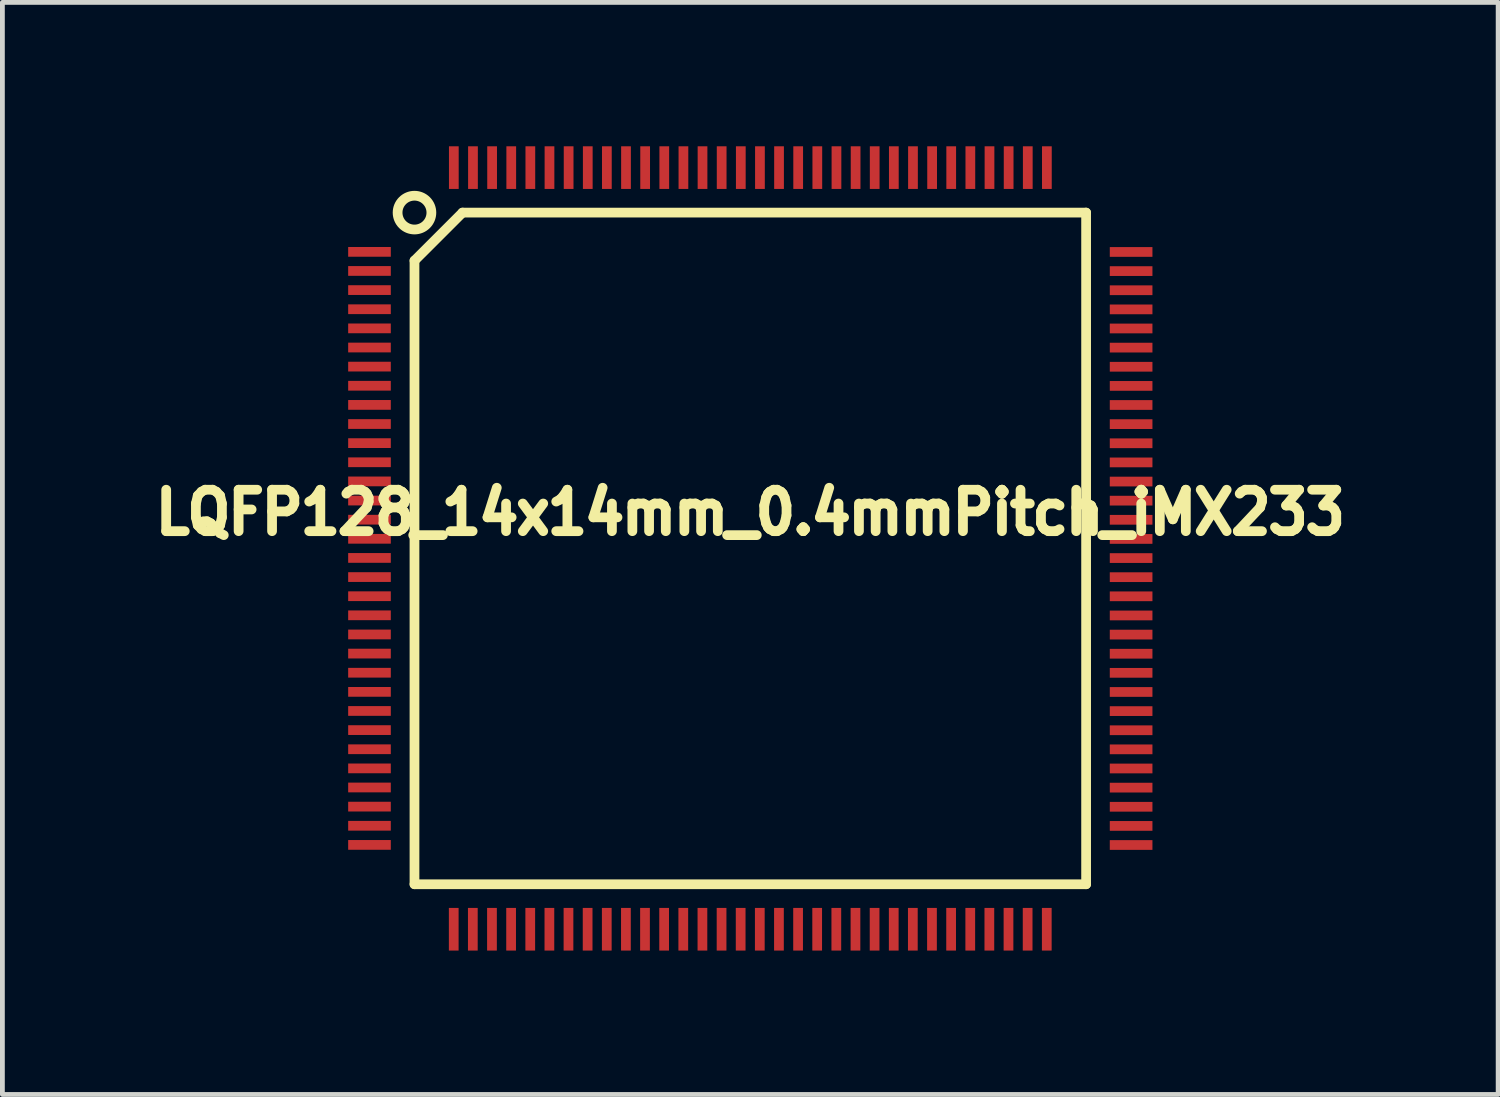
<source format=kicad_pcb>
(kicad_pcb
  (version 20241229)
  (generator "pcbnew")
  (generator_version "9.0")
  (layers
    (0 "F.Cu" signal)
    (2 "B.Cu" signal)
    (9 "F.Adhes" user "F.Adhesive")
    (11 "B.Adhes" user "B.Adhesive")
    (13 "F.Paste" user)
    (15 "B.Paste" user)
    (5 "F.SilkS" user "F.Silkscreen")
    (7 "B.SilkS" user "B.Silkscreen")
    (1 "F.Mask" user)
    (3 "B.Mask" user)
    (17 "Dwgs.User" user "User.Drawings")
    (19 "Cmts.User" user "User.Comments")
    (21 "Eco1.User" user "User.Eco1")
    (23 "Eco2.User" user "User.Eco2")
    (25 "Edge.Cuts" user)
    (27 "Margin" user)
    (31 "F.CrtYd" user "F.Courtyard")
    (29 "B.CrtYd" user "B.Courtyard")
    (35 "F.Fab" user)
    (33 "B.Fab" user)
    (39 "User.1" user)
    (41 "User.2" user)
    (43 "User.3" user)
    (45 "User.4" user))
  (footprint "LQFP128_14x14mm_0.4mmPitch_iMX233"
    (layer "F.Cu")
    (at 12.59 8.382)
    (property "Reference" "LQFP128_14x14mm_0.4mmPitch_iMX233" (at 0 -0.749 0) (layer "F.SilkS") (effects (font (size 0.864 0.813) (thickness 0.203))))
    (attr smd)
    (fp_line (start -7 -5.999) (end -7 7) (stroke (width 0.203) (type solid)) (layer "F.SilkS"))
    (fp_line (start -7 7) (end 7 7) (stroke (width 0.203) (type solid)) (layer "F.SilkS"))
    (fp_line (start -5.999 -7) (end -7 -5.999) (stroke (width 0.203) (type solid)) (layer "F.SilkS"))
    (fp_line (start 7 -7) (end -5.999 -7) (stroke (width 0.203) (type solid)) (layer "F.SilkS"))
    (fp_line (start 7 7) (end 7 -7) (stroke (width 0.203) (type solid)) (layer "F.SilkS"))
    (fp_circle (center -7 -7) (end -7.249 -7.249) (stroke (width 0.203) (type solid)) (fill no) (layer "F.SilkS"))
    (pad "1" smd rect (at -7.938 -6.182 90) (size 0.203 0.889) (layers "F.Cu" "F.Mask" "F.Paste"))
    (pad "2" smd rect (at -7.938 -5.784 90) (size 0.203 0.889) (layers "F.Cu" "F.Mask" "F.Paste"))
    (pad "3" smd rect (at -7.938 -5.385 90) (size 0.203 0.889) (layers "F.Cu" "F.Mask" "F.Paste"))
    (pad "4" smd rect (at -7.938 -4.986 90) (size 0.203 0.889) (layers "F.Cu" "F.Mask" "F.Paste"))
    (pad "5" smd rect (at -7.938 -4.587 90) (size 0.203 0.889) (layers "F.Cu" "F.Mask" "F.Paste"))
    (pad "6" smd rect (at -7.938 -4.188 90) (size 0.203 0.889) (layers "F.Cu" "F.Mask" "F.Paste"))
    (pad "7" smd rect (at -7.938 -3.79 90) (size 0.203 0.889) (layers "F.Cu" "F.Mask" "F.Paste"))
    (pad "8" smd rect (at -7.938 -3.391 90) (size 0.203 0.889) (layers "F.Cu" "F.Mask" "F.Paste"))
    (pad "9" smd rect (at -7.938 -2.992 90) (size 0.203 0.889) (layers "F.Cu" "F.Mask" "F.Paste"))
    (pad "10" smd rect (at -7.938 -2.593 90) (size 0.203 0.889) (layers "F.Cu" "F.Mask" "F.Paste"))
    (pad "11" smd rect (at -7.938 -2.195 90) (size 0.203 0.889) (layers "F.Cu" "F.Mask" "F.Paste"))
    (pad "12" smd rect (at -7.938 -1.796 90) (size 0.203 0.889) (layers "F.Cu" "F.Mask" "F.Paste"))
    (pad "13" smd rect (at -7.938 -1.397 90) (size 0.203 0.889) (layers "F.Cu" "F.Mask" "F.Paste"))
    (pad "14" smd rect (at -7.938 -0.998 90) (size 0.203 0.889) (layers "F.Cu" "F.Mask" "F.Paste"))
    (pad "15" smd rect (at -7.938 -0.599 90) (size 0.203 0.889) (layers "F.Cu" "F.Mask" "F.Paste"))
    (pad "16" smd rect (at -7.938 -0.201 90) (size 0.203 0.889) (layers "F.Cu" "F.Mask" "F.Paste"))
    (pad "17" smd rect (at -7.938 0.198 90) (size 0.203 0.889) (layers "F.Cu" "F.Mask" "F.Paste"))
    (pad "18" smd rect (at -7.938 0.597 90) (size 0.203 0.889) (layers "F.Cu" "F.Mask" "F.Paste"))
    (pad "19" smd rect (at -7.938 0.996 90) (size 0.203 0.889) (layers "F.Cu" "F.Mask" "F.Paste"))
    (pad "20" smd rect (at -7.938 1.394 90) (size 0.203 0.889) (layers "F.Cu" "F.Mask" "F.Paste"))
    (pad "21" smd rect (at -7.938 1.793 90) (size 0.203 0.889) (layers "F.Cu" "F.Mask" "F.Paste"))
    (pad "22" smd rect (at -7.938 2.192 90) (size 0.203 0.889) (layers "F.Cu" "F.Mask" "F.Paste"))
    (pad "23" smd rect (at -7.938 2.591 90) (size 0.203 0.889) (layers "F.Cu" "F.Mask" "F.Paste"))
    (pad "24" smd rect (at -7.938 2.99 90) (size 0.203 0.889) (layers "F.Cu" "F.Mask" "F.Paste"))
    (pad "25" smd rect (at -7.938 3.388 90) (size 0.203 0.889) (layers "F.Cu" "F.Mask" "F.Paste"))
    (pad "26" smd rect (at -7.938 3.787 90) (size 0.203 0.889) (layers "F.Cu" "F.Mask" "F.Paste"))
    (pad "27" smd rect (at -7.938 4.186 90) (size 0.203 0.889) (layers "F.Cu" "F.Mask" "F.Paste"))
    (pad "28" smd rect (at -7.938 4.585 90) (size 0.203 0.889) (layers "F.Cu" "F.Mask" "F.Paste"))
    (pad "29" smd rect (at -7.938 4.983 90) (size 0.203 0.889) (layers "F.Cu" "F.Mask" "F.Paste"))
    (pad "30" smd rect (at -7.938 5.382 90) (size 0.203 0.889) (layers "F.Cu" "F.Mask" "F.Paste"))
    (pad "31" smd rect (at -7.938 5.781 90) (size 0.203 0.889) (layers "F.Cu" "F.Mask" "F.Paste"))
    (pad "32" smd rect (at -7.938 6.18 90) (size 0.203 0.889) (layers "F.Cu" "F.Mask" "F.Paste"))
    (pad "33" smd rect (at -6.182 7.938) (size 0.203 0.889) (layers "F.Cu" "F.Mask" "F.Paste"))
    (pad "34" smd rect (at -5.784 7.938) (size 0.203 0.889) (layers "F.Cu" "F.Mask" "F.Paste"))
    (pad "35" smd rect (at -5.385 7.938) (size 0.203 0.889) (layers "F.Cu" "F.Mask" "F.Paste"))
    (pad "36" smd rect (at -4.986 7.938) (size 0.203 0.889) (layers "F.Cu" "F.Mask" "F.Paste"))
    (pad "37" smd rect (at -4.587 7.938) (size 0.203 0.889) (layers "F.Cu" "F.Mask" "F.Paste"))
    (pad "38" smd rect (at -4.188 7.938) (size 0.203 0.889) (layers "F.Cu" "F.Mask" "F.Paste"))
    (pad "39" smd rect (at -3.79 7.938) (size 0.203 0.889) (layers "F.Cu" "F.Mask" "F.Paste"))
    (pad "40" smd rect (at -3.391 7.938) (size 0.203 0.889) (layers "F.Cu" "F.Mask" "F.Paste"))
    (pad "41" smd rect (at -2.992 7.938) (size 0.203 0.889) (layers "F.Cu" "F.Mask" "F.Paste"))
    (pad "42" smd rect (at -2.593 7.938) (size 0.203 0.889) (layers "F.Cu" "F.Mask" "F.Paste"))
    (pad "43" smd rect (at -2.195 7.938) (size 0.203 0.889) (layers "F.Cu" "F.Mask" "F.Paste"))
    (pad "44" smd rect (at -1.796 7.938) (size 0.203 0.889) (layers "F.Cu" "F.Mask" "F.Paste"))
    (pad "45" smd rect (at -1.397 7.938) (size 0.203 0.889) (layers "F.Cu" "F.Mask" "F.Paste"))
    (pad "46" smd rect (at -0.998 7.938) (size 0.203 0.889) (layers "F.Cu" "F.Mask" "F.Paste"))
    (pad "47" smd rect (at -0.599 7.938) (size 0.203 0.889) (layers "F.Cu" "F.Mask" "F.Paste"))
    (pad "48" smd rect (at -0.201 7.938) (size 0.203 0.889) (layers "F.Cu" "F.Mask" "F.Paste"))
    (pad "49" smd rect (at 0.198 7.938) (size 0.203 0.889) (layers "F.Cu" "F.Mask" "F.Paste"))
    (pad "50" smd rect (at 0.597 7.938) (size 0.203 0.889) (layers "F.Cu" "F.Mask" "F.Paste"))
    (pad "51" smd rect (at 0.996 7.938) (size 0.203 0.889) (layers "F.Cu" "F.Mask" "F.Paste"))
    (pad "52" smd rect (at 1.394 7.938) (size 0.203 0.889) (layers "F.Cu" "F.Mask" "F.Paste"))
    (pad "53" smd rect (at 1.793 7.938) (size 0.203 0.889) (layers "F.Cu" "F.Mask" "F.Paste"))
    (pad "54" smd rect (at 2.192 7.938) (size 0.203 0.889) (layers "F.Cu" "F.Mask" "F.Paste"))
    (pad "55" smd rect (at 2.591 7.938) (size 0.203 0.889) (layers "F.Cu" "F.Mask" "F.Paste"))
    (pad "56" smd rect (at 2.99 7.938) (size 0.203 0.889) (layers "F.Cu" "F.Mask" "F.Paste"))
    (pad "57" smd rect (at 3.388 7.938) (size 0.203 0.889) (layers "F.Cu" "F.Mask" "F.Paste"))
    (pad "58" smd rect (at 3.787 7.938) (size 0.203 0.889) (layers "F.Cu" "F.Mask" "F.Paste"))
    (pad "59" smd rect (at 4.186 7.938) (size 0.203 0.889) (layers "F.Cu" "F.Mask" "F.Paste"))
    (pad "60" smd rect (at 4.585 7.938) (size 0.203 0.889) (layers "F.Cu" "F.Mask" "F.Paste"))
    (pad "61" smd rect (at 4.983 7.938) (size 0.203 0.889) (layers "F.Cu" "F.Mask" "F.Paste"))
    (pad "62" smd rect (at 5.382 7.938) (size 0.203 0.889) (layers "F.Cu" "F.Mask" "F.Paste"))
    (pad "63" smd rect (at 5.781 7.938) (size 0.203 0.889) (layers "F.Cu" "F.Mask" "F.Paste"))
    (pad "64" smd rect (at 6.18 7.938) (size 0.203 0.889) (layers "F.Cu" "F.Mask" "F.Paste"))
    (pad "65" smd rect (at 7.938 6.182 270) (size 0.203 0.889) (layers "F.Cu" "F.Mask" "F.Paste"))
    (pad "66" smd rect (at 7.938 5.784 270) (size 0.203 0.889) (layers "F.Cu" "F.Mask" "F.Paste"))
    (pad "67" smd rect (at 7.938 5.385 270) (size 0.203 0.889) (layers "F.Cu" "F.Mask" "F.Paste"))
    (pad "68" smd rect (at 7.938 4.986 270) (size 0.203 0.889) (layers "F.Cu" "F.Mask" "F.Paste"))
    (pad "69" smd rect (at 7.938 4.587 270) (size 0.203 0.889) (layers "F.Cu" "F.Mask" "F.Paste"))
    (pad "70" smd rect (at 7.938 4.188 270) (size 0.203 0.889) (layers "F.Cu" "F.Mask" "F.Paste"))
    (pad "71" smd rect (at 7.938 3.79 270) (size 0.203 0.889) (layers "F.Cu" "F.Mask" "F.Paste"))
    (pad "72" smd rect (at 7.938 3.391 270) (size 0.203 0.889) (layers "F.Cu" "F.Mask" "F.Paste"))
    (pad "73" smd rect (at 7.938 2.992 270) (size 0.203 0.889) (layers "F.Cu" "F.Mask" "F.Paste"))
    (pad "74" smd rect (at 7.938 2.593 270) (size 0.203 0.889) (layers "F.Cu" "F.Mask" "F.Paste"))
    (pad "75" smd rect (at 7.938 2.195 270) (size 0.203 0.889) (layers "F.Cu" "F.Mask" "F.Paste"))
    (pad "76" smd rect (at 7.938 1.796 270) (size 0.203 0.889) (layers "F.Cu" "F.Mask" "F.Paste"))
    (pad "77" smd rect (at 7.938 1.397 270) (size 0.203 0.889) (layers "F.Cu" "F.Mask" "F.Paste"))
    (pad "78" smd rect (at 7.938 0.998 270) (size 0.203 0.889) (layers "F.Cu" "F.Mask" "F.Paste"))
    (pad "79" smd rect (at 7.938 0.599 270) (size 0.203 0.889) (layers "F.Cu" "F.Mask" "F.Paste"))
    (pad "80" smd rect (at 7.938 0.201 270) (size 0.203 0.889) (layers "F.Cu" "F.Mask" "F.Paste"))
    (pad "81" smd rect (at 7.938 -0.198 270) (size 0.203 0.889) (layers "F.Cu" "F.Mask" "F.Paste"))
    (pad "82" smd rect (at 7.938 -0.597 270) (size 0.203 0.889) (layers "F.Cu" "F.Mask" "F.Paste"))
    (pad "83" smd rect (at 7.938 -0.996 270) (size 0.203 0.889) (layers "F.Cu" "F.Mask" "F.Paste"))
    (pad "84" smd rect (at 7.938 -1.394 270) (size 0.203 0.889) (layers "F.Cu" "F.Mask" "F.Paste"))
    (pad "85" smd rect (at 7.938 -1.793 270) (size 0.203 0.889) (layers "F.Cu" "F.Mask" "F.Paste"))
    (pad "86" smd rect (at 7.938 -2.192 270) (size 0.203 0.889) (layers "F.Cu" "F.Mask" "F.Paste"))
    (pad "87" smd rect (at 7.938 -2.591 270) (size 0.203 0.889) (layers "F.Cu" "F.Mask" "F.Paste"))
    (pad "88" smd rect (at 7.938 -2.99 270) (size 0.203 0.889) (layers "F.Cu" "F.Mask" "F.Paste"))
    (pad "89" smd rect (at 7.938 -3.388 270) (size 0.203 0.889) (layers "F.Cu" "F.Mask" "F.Paste"))
    (pad "90" smd rect (at 7.938 -3.787 270) (size 0.203 0.889) (layers "F.Cu" "F.Mask" "F.Paste"))
    (pad "91" smd rect (at 7.938 -4.186 270) (size 0.203 0.889) (layers "F.Cu" "F.Mask" "F.Paste"))
    (pad "92" smd rect (at 7.938 -4.585 270) (size 0.203 0.889) (layers "F.Cu" "F.Mask" "F.Paste"))
    (pad "93" smd rect (at 7.938 -4.983 270) (size 0.203 0.889) (layers "F.Cu" "F.Mask" "F.Paste"))
    (pad "94" smd rect (at 7.938 -5.382 270) (size 0.203 0.889) (layers "F.Cu" "F.Mask" "F.Paste"))
    (pad "95" smd rect (at 7.938 -5.781 270) (size 0.203 0.889) (layers "F.Cu" "F.Mask" "F.Paste"))
    (pad "96" smd rect (at 7.938 -6.18 270) (size 0.203 0.889) (layers "F.Cu" "F.Mask" "F.Paste"))
    (pad "97" smd rect (at 6.182 -7.938) (size 0.203 0.889) (layers "F.Cu" "F.Mask" "F.Paste"))
    (pad "98" smd rect (at 5.784 -7.938) (size 0.203 0.889) (layers "F.Cu" "F.Mask" "F.Paste"))
    (pad "99" smd rect (at 5.385 -7.938) (size 0.203 0.889) (layers "F.Cu" "F.Mask" "F.Paste"))
    (pad "100" smd rect (at 4.986 -7.938) (size 0.203 0.889) (layers "F.Cu" "F.Mask" "F.Paste"))
    (pad "101" smd rect (at 4.587 -7.938) (size 0.203 0.889) (layers "F.Cu" "F.Mask" "F.Paste"))
    (pad "102" smd rect (at 4.188 -7.938) (size 0.203 0.889) (layers "F.Cu" "F.Mask" "F.Paste"))
    (pad "103" smd rect (at 3.79 -7.938) (size 0.203 0.889) (layers "F.Cu" "F.Mask" "F.Paste"))
    (pad "104" smd rect (at 3.391 -7.938) (size 0.203 0.889) (layers "F.Cu" "F.Mask" "F.Paste"))
    (pad "105" smd rect (at 2.992 -7.938) (size 0.203 0.889) (layers "F.Cu" "F.Mask" "F.Paste"))
    (pad "106" smd rect (at 2.593 -7.938) (size 0.203 0.889) (layers "F.Cu" "F.Mask" "F.Paste"))
    (pad "107" smd rect (at 2.195 -7.938) (size 0.203 0.889) (layers "F.Cu" "F.Mask" "F.Paste"))
    (pad "108" smd rect (at 1.796 -7.938) (size 0.203 0.889) (layers "F.Cu" "F.Mask" "F.Paste"))
    (pad "109" smd rect (at 1.397 -7.938) (size 0.203 0.889) (layers "F.Cu" "F.Mask" "F.Paste"))
    (pad "110" smd rect (at 0.998 -7.938) (size 0.203 0.889) (layers "F.Cu" "F.Mask" "F.Paste"))
    (pad "111" smd rect (at 0.599 -7.938) (size 0.203 0.889) (layers "F.Cu" "F.Mask" "F.Paste"))
    (pad "112" smd rect (at 0.201 -7.938) (size 0.203 0.889) (layers "F.Cu" "F.Mask" "F.Paste"))
    (pad "113" smd rect (at -0.198 -7.938) (size 0.203 0.889) (layers "F.Cu" "F.Mask" "F.Paste"))
    (pad "114" smd rect (at -0.597 -7.938) (size 0.203 0.889) (layers "F.Cu" "F.Mask" "F.Paste"))
    (pad "115" smd rect (at -0.996 -7.938) (size 0.203 0.889) (layers "F.Cu" "F.Mask" "F.Paste"))
    (pad "116" smd rect (at -1.394 -7.938) (size 0.203 0.889) (layers "F.Cu" "F.Mask" "F.Paste"))
    (pad "117" smd rect (at -1.793 -7.938) (size 0.203 0.889) (layers "F.Cu" "F.Mask" "F.Paste"))
    (pad "118" smd rect (at -2.192 -7.938) (size 0.203 0.889) (layers "F.Cu" "F.Mask" "F.Paste"))
    (pad "119" smd rect (at -2.591 -7.938) (size 0.203 0.889) (layers "F.Cu" "F.Mask" "F.Paste"))
    (pad "120" smd rect (at -2.99 -7.938) (size 0.203 0.889) (layers "F.Cu" "F.Mask" "F.Paste"))
    (pad "121" smd rect (at -3.388 -7.938) (size 0.203 0.889) (layers "F.Cu" "F.Mask" "F.Paste"))
    (pad "122" smd rect (at -3.787 -7.938) (size 0.203 0.889) (layers "F.Cu" "F.Mask" "F.Paste"))
    (pad "123" smd rect (at -4.186 -7.938) (size 0.203 0.889) (layers "F.Cu" "F.Mask" "F.Paste"))
    (pad "124" smd rect (at -4.585 -7.938) (size 0.203 0.889) (layers "F.Cu" "F.Mask" "F.Paste"))
    (pad "125" smd rect (at -4.983 -7.938) (size 0.203 0.889) (layers "F.Cu" "F.Mask" "F.Paste"))
    (pad "126" smd rect (at -5.382 -7.938) (size 0.203 0.889) (layers "F.Cu" "F.Mask" "F.Paste"))
    (pad "127" smd rect (at -5.781 -7.938) (size 0.203 0.889) (layers "F.Cu" "F.Mask" "F.Paste"))
    (pad "128" smd rect (at -6.18 -7.938) (size 0.203 0.889) (layers "F.Cu" "F.Mask" "F.Paste")))
  (gr_rect
    (start -3 -3)
    (end 28.179 19.764)
    (stroke (width 0.1) (type default))
    (fill no)
    (layer "Edge.Cuts")))
</source>
